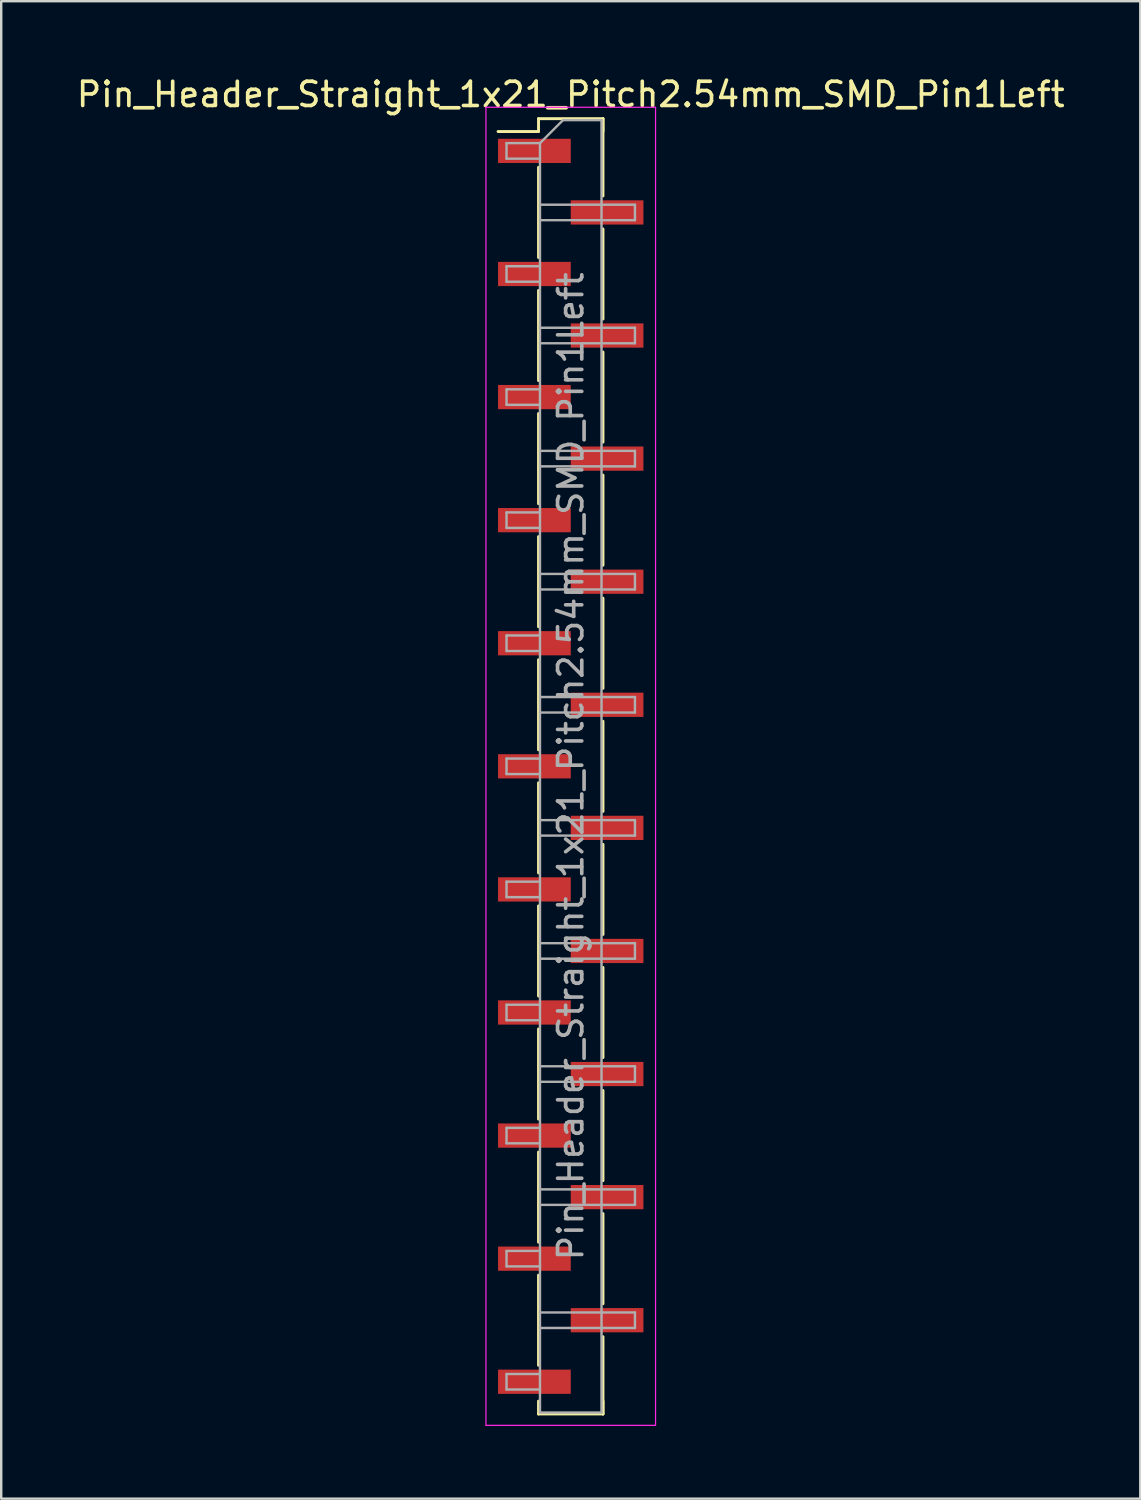
<source format=kicad_pcb>
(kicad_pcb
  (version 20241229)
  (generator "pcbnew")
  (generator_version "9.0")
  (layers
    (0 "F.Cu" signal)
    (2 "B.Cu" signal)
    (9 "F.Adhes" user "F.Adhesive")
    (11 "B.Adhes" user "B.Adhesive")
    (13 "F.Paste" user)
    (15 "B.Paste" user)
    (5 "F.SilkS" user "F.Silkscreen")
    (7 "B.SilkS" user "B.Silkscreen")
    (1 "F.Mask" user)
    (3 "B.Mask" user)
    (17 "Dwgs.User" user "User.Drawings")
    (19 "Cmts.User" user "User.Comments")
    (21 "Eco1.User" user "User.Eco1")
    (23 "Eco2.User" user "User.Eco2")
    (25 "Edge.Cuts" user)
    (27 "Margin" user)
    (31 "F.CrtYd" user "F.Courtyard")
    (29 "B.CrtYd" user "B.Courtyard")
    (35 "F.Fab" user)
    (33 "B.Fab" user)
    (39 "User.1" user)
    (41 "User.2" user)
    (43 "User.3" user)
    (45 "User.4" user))
  (footprint "Pin_Header_Straight_1x21_Pitch2.54mm_SMD_Pin1Left"
    (layer "F.Cu")
    (at 20.506 28.578)
    (property "Reference" "Pin_Header_Straight_1x21_Pitch2.54mm_SMD_Pin1Left" (at 0 -27.73 0) (layer "F.SilkS") (effects (font (size 1 1) (thickness 0.15))))
    (attr smd)
    (fp_line (start -1.33 -26.73) (end 1.33 -26.73) (stroke (width 0.12) (type solid)) (layer "F.SilkS"))
    (fp_line (start -1.33 -26.2) (end -3 -26.2) (stroke (width 0.12) (type solid)) (layer "F.SilkS"))
    (fp_line (start -1.33 -26.2) (end -1.33 -26.73) (stroke (width 0.12) (type solid)) (layer "F.SilkS"))
    (fp_line (start -1.33 -24.72) (end -1.33 -21) (stroke (width 0.12) (type solid)) (layer "F.SilkS"))
    (fp_line (start -1.33 -19.64) (end -1.33 -15.92) (stroke (width 0.12) (type solid)) (layer "F.SilkS"))
    (fp_line (start -1.33 -14.56) (end -1.33 -10.84) (stroke (width 0.12) (type solid)) (layer "F.SilkS"))
    (fp_line (start -1.33 -9.48) (end -1.33 -5.76) (stroke (width 0.12) (type solid)) (layer "F.SilkS"))
    (fp_line (start -1.33 -4.4) (end -1.33 -0.68) (stroke (width 0.12) (type solid)) (layer "F.SilkS"))
    (fp_line (start -1.33 0.68) (end -1.33 4.4) (stroke (width 0.12) (type solid)) (layer "F.SilkS"))
    (fp_line (start -1.33 5.76) (end -1.33 9.48) (stroke (width 0.12) (type solid)) (layer "F.SilkS"))
    (fp_line (start -1.33 10.84) (end -1.33 14.56) (stroke (width 0.12) (type solid)) (layer "F.SilkS"))
    (fp_line (start -1.33 15.92) (end -1.33 19.64) (stroke (width 0.12) (type solid)) (layer "F.SilkS"))
    (fp_line (start -1.33 21) (end -1.33 24.72) (stroke (width 0.12) (type solid)) (layer "F.SilkS"))
    (fp_line (start -1.33 26.2) (end -1.33 26.73) (stroke (width 0.12) (type solid)) (layer "F.SilkS"))
    (fp_line (start -1.33 26.73) (end 1.33 26.73) (stroke (width 0.12) (type solid)) (layer "F.SilkS"))
    (fp_line (start 1.33 -26.73) (end 1.33 -26.2) (stroke (width 0.12) (type solid)) (layer "F.SilkS"))
    (fp_line (start 1.33 -26.73) (end 1.33 -23.54) (stroke (width 0.12) (type solid)) (layer "F.SilkS"))
    (fp_line (start 1.33 -22.18) (end 1.33 -18.46) (stroke (width 0.12) (type solid)) (layer "F.SilkS"))
    (fp_line (start 1.33 -17.1) (end 1.33 -13.38) (stroke (width 0.12) (type solid)) (layer "F.SilkS"))
    (fp_line (start 1.33 -12.02) (end 1.33 -8.3) (stroke (width 0.12) (type solid)) (layer "F.SilkS"))
    (fp_line (start 1.33 -6.94) (end 1.33 -3.22) (stroke (width 0.12) (type solid)) (layer "F.SilkS"))
    (fp_line (start 1.33 -1.86) (end 1.33 1.86) (stroke (width 0.12) (type solid)) (layer "F.SilkS"))
    (fp_line (start 1.33 3.22) (end 1.33 6.94) (stroke (width 0.12) (type solid)) (layer "F.SilkS"))
    (fp_line (start 1.33 8.3) (end 1.33 12.02) (stroke (width 0.12) (type solid)) (layer "F.SilkS"))
    (fp_line (start 1.33 13.38) (end 1.33 17.1) (stroke (width 0.12) (type solid)) (layer "F.SilkS"))
    (fp_line (start 1.33 18.46) (end 1.33 22.18) (stroke (width 0.12) (type solid)) (layer "F.SilkS"))
    (fp_line (start 1.33 23.54) (end 1.33 26.73) (stroke (width 0.12) (type solid)) (layer "F.SilkS"))
    (fp_line (start 1.33 26.73) (end 1.33 26.2) (stroke (width 0.12) (type solid)) (layer "F.SilkS"))
    (fp_line (start -3.5 -27.2) (end -3.5 27.2) (stroke (width 0.05) (type solid)) (layer "F.CrtYd"))
    (fp_line (start -3.5 27.2) (end 3.5 27.2) (stroke (width 0.05) (type solid)) (layer "F.CrtYd"))
    (fp_line (start 3.5 -27.2) (end -3.5 -27.2) (stroke (width 0.05) (type solid)) (layer "F.CrtYd"))
    (fp_line (start 3.5 27.2) (end 3.5 -27.2) (stroke (width 0.05) (type solid)) (layer "F.CrtYd"))
    (fp_line (start -2.65 -25.72) (end -2.65 -25.08) (stroke (width 0.1) (type solid)) (layer "F.Fab"))
    (fp_line (start -2.65 -25.08) (end -1.27 -25.08) (stroke (width 0.1) (type solid)) (layer "F.Fab"))
    (fp_line (start -2.65 -20.64) (end -2.65 -20) (stroke (width 0.1) (type solid)) (layer "F.Fab"))
    (fp_line (start -2.65 -20) (end -1.27 -20) (stroke (width 0.1) (type solid)) (layer "F.Fab"))
    (fp_line (start -2.65 -15.56) (end -2.65 -14.92) (stroke (width 0.1) (type solid)) (layer "F.Fab"))
    (fp_line (start -2.65 -14.92) (end -1.27 -14.92) (stroke (width 0.1) (type solid)) (layer "F.Fab"))
    (fp_line (start -2.65 -10.48) (end -2.65 -9.84) (stroke (width 0.1) (type solid)) (layer "F.Fab"))
    (fp_line (start -2.65 -9.84) (end -1.27 -9.84) (stroke (width 0.1) (type solid)) (layer "F.Fab"))
    (fp_line (start -2.65 -5.4) (end -2.65 -4.76) (stroke (width 0.1) (type solid)) (layer "F.Fab"))
    (fp_line (start -2.65 -4.76) (end -1.27 -4.76) (stroke (width 0.1) (type solid)) (layer "F.Fab"))
    (fp_line (start -2.65 -0.32) (end -2.65 0.32) (stroke (width 0.1) (type solid)) (layer "F.Fab"))
    (fp_line (start -2.65 0.32) (end -1.27 0.32) (stroke (width 0.1) (type solid)) (layer "F.Fab"))
    (fp_line (start -2.65 4.76) (end -2.65 5.4) (stroke (width 0.1) (type solid)) (layer "F.Fab"))
    (fp_line (start -2.65 5.4) (end -1.27 5.4) (stroke (width 0.1) (type solid)) (layer "F.Fab"))
    (fp_line (start -2.65 9.84) (end -2.65 10.48) (stroke (width 0.1) (type solid)) (layer "F.Fab"))
    (fp_line (start -2.65 10.48) (end -1.27 10.48) (stroke (width 0.1) (type solid)) (layer "F.Fab"))
    (fp_line (start -2.65 14.92) (end -2.65 15.56) (stroke (width 0.1) (type solid)) (layer "F.Fab"))
    (fp_line (start -2.65 15.56) (end -1.27 15.56) (stroke (width 0.1) (type solid)) (layer "F.Fab"))
    (fp_line (start -2.65 20) (end -2.65 20.64) (stroke (width 0.1) (type solid)) (layer "F.Fab"))
    (fp_line (start -2.65 20.64) (end -1.27 20.64) (stroke (width 0.1) (type solid)) (layer "F.Fab"))
    (fp_line (start -2.65 25.08) (end -2.65 25.72) (stroke (width 0.1) (type solid)) (layer "F.Fab"))
    (fp_line (start -2.65 25.72) (end -1.27 25.72) (stroke (width 0.1) (type solid)) (layer "F.Fab"))
    (fp_line (start -1.27 -25.72) (end -2.65 -25.72) (stroke (width 0.1) (type solid)) (layer "F.Fab"))
    (fp_line (start -1.27 -25.72) (end -0.32 -26.67) (stroke (width 0.1) (type solid)) (layer "F.Fab"))
    (fp_line (start -1.27 -23.18) (end 2.65 -23.18) (stroke (width 0.1) (type solid)) (layer "F.Fab"))
    (fp_line (start -1.27 -20.64) (end -2.65 -20.64) (stroke (width 0.1) (type solid)) (layer "F.Fab"))
    (fp_line (start -1.27 -18.1) (end 2.65 -18.1) (stroke (width 0.1) (type solid)) (layer "F.Fab"))
    (fp_line (start -1.27 -15.56) (end -2.65 -15.56) (stroke (width 0.1) (type solid)) (layer "F.Fab"))
    (fp_line (start -1.27 -13.02) (end 2.65 -13.02) (stroke (width 0.1) (type solid)) (layer "F.Fab"))
    (fp_line (start -1.27 -10.48) (end -2.65 -10.48) (stroke (width 0.1) (type solid)) (layer "F.Fab"))
    (fp_line (start -1.27 -7.94) (end 2.65 -7.94) (stroke (width 0.1) (type solid)) (layer "F.Fab"))
    (fp_line (start -1.27 -5.4) (end -2.65 -5.4) (stroke (width 0.1) (type solid)) (layer "F.Fab"))
    (fp_line (start -1.27 -2.86) (end 2.65 -2.86) (stroke (width 0.1) (type solid)) (layer "F.Fab"))
    (fp_line (start -1.27 -0.32) (end -2.65 -0.32) (stroke (width 0.1) (type solid)) (layer "F.Fab"))
    (fp_line (start -1.27 2.22) (end 2.65 2.22) (stroke (width 0.1) (type solid)) (layer "F.Fab"))
    (fp_line (start -1.27 4.76) (end -2.65 4.76) (stroke (width 0.1) (type solid)) (layer "F.Fab"))
    (fp_line (start -1.27 7.3) (end 2.65 7.3) (stroke (width 0.1) (type solid)) (layer "F.Fab"))
    (fp_line (start -1.27 9.84) (end -2.65 9.84) (stroke (width 0.1) (type solid)) (layer "F.Fab"))
    (fp_line (start -1.27 12.38) (end 2.65 12.38) (stroke (width 0.1) (type solid)) (layer "F.Fab"))
    (fp_line (start -1.27 14.92) (end -2.65 14.92) (stroke (width 0.1) (type solid)) (layer "F.Fab"))
    (fp_line (start -1.27 17.46) (end 2.65 17.46) (stroke (width 0.1) (type solid)) (layer "F.Fab"))
    (fp_line (start -1.27 20) (end -2.65 20) (stroke (width 0.1) (type solid)) (layer "F.Fab"))
    (fp_line (start -1.27 22.54) (end 2.65 22.54) (stroke (width 0.1) (type solid)) (layer "F.Fab"))
    (fp_line (start -1.27 25.08) (end -2.65 25.08) (stroke (width 0.1) (type solid)) (layer "F.Fab"))
    (fp_line (start -1.27 26.67) (end -1.27 -25.72) (stroke (width 0.1) (type solid)) (layer "F.Fab"))
    (fp_line (start -0.32 -26.67) (end 1.27 -26.67) (stroke (width 0.1) (type solid)) (layer "F.Fab"))
    (fp_line (start 1.27 -26.67) (end 1.27 26.67) (stroke (width 0.1) (type solid)) (layer "F.Fab"))
    (fp_line (start 1.27 26.67) (end -1.27 26.67) (stroke (width 0.1) (type solid)) (layer "F.Fab"))
    (fp_line (start 2.65 -23.18) (end 2.65 -22.54) (stroke (width 0.1) (type solid)) (layer "F.Fab"))
    (fp_line (start 2.65 -22.54) (end -1.27 -22.54) (stroke (width 0.1) (type solid)) (layer "F.Fab"))
    (fp_line (start 2.65 -18.1) (end 2.65 -17.46) (stroke (width 0.1) (type solid)) (layer "F.Fab"))
    (fp_line (start 2.65 -17.46) (end -1.27 -17.46) (stroke (width 0.1) (type solid)) (layer "F.Fab"))
    (fp_line (start 2.65 -13.02) (end 2.65 -12.38) (stroke (width 0.1) (type solid)) (layer "F.Fab"))
    (fp_line (start 2.65 -12.38) (end -1.27 -12.38) (stroke (width 0.1) (type solid)) (layer "F.Fab"))
    (fp_line (start 2.65 -7.94) (end 2.65 -7.3) (stroke (width 0.1) (type solid)) (layer "F.Fab"))
    (fp_line (start 2.65 -7.3) (end -1.27 -7.3) (stroke (width 0.1) (type solid)) (layer "F.Fab"))
    (fp_line (start 2.65 -2.86) (end 2.65 -2.22) (stroke (width 0.1) (type solid)) (layer "F.Fab"))
    (fp_line (start 2.65 -2.22) (end -1.27 -2.22) (stroke (width 0.1) (type solid)) (layer "F.Fab"))
    (fp_line (start 2.65 2.22) (end 2.65 2.86) (stroke (width 0.1) (type solid)) (layer "F.Fab"))
    (fp_line (start 2.65 2.86) (end -1.27 2.86) (stroke (width 0.1) (type solid)) (layer "F.Fab"))
    (fp_line (start 2.65 7.3) (end 2.65 7.94) (stroke (width 0.1) (type solid)) (layer "F.Fab"))
    (fp_line (start 2.65 7.94) (end -1.27 7.94) (stroke (width 0.1) (type solid)) (layer "F.Fab"))
    (fp_line (start 2.65 12.38) (end 2.65 13.02) (stroke (width 0.1) (type solid)) (layer "F.Fab"))
    (fp_line (start 2.65 13.02) (end -1.27 13.02) (stroke (width 0.1) (type solid)) (layer "F.Fab"))
    (fp_line (start 2.65 17.46) (end 2.65 18.1) (stroke (width 0.1) (type solid)) (layer "F.Fab"))
    (fp_line (start 2.65 18.1) (end -1.27 18.1) (stroke (width 0.1) (type solid)) (layer "F.Fab"))
    (fp_line (start 2.65 22.54) (end 2.65 23.18) (stroke (width 0.1) (type solid)) (layer "F.Fab"))
    (fp_line (start 2.65 23.18) (end -1.27 23.18) (stroke (width 0.1) (type solid)) (layer "F.Fab"))
    (fp_text user "${REFERENCE}" (at 0 0 90) (layer "F.Fab") (effects (font (size 1 1) (thickness 0.15))))
    (pad "1" smd rect (at -1.5 -25.4) (size 3 1) (layers "F.Cu" "F.Mask" "F.Paste"))
    (pad "2" smd rect (at 1.5 -22.86) (size 3 1) (layers "F.Cu" "F.Mask" "F.Paste"))
    (pad "3" smd rect (at -1.5 -20.32) (size 3 1) (layers "F.Cu" "F.Mask" "F.Paste"))
    (pad "4" smd rect (at 1.5 -17.78) (size 3 1) (layers "F.Cu" "F.Mask" "F.Paste"))
    (pad "5" smd rect (at -1.5 -15.24) (size 3 1) (layers "F.Cu" "F.Mask" "F.Paste"))
    (pad "6" smd rect (at 1.5 -12.7) (size 3 1) (layers "F.Cu" "F.Mask" "F.Paste"))
    (pad "7" smd rect (at -1.5 -10.16) (size 3 1) (layers "F.Cu" "F.Mask" "F.Paste"))
    (pad "8" smd rect (at 1.5 -7.62) (size 3 1) (layers "F.Cu" "F.Mask" "F.Paste"))
    (pad "9" smd rect (at -1.5 -5.08) (size 3 1) (layers "F.Cu" "F.Mask" "F.Paste"))
    (pad "10" smd rect (at 1.5 -2.54) (size 3 1) (layers "F.Cu" "F.Mask" "F.Paste"))
    (pad "11" smd rect (at -1.5 0) (size 3 1) (layers "F.Cu" "F.Mask" "F.Paste"))
    (pad "12" smd rect (at 1.5 2.54) (size 3 1) (layers "F.Cu" "F.Mask" "F.Paste"))
    (pad "13" smd rect (at -1.5 5.08) (size 3 1) (layers "F.Cu" "F.Mask" "F.Paste"))
    (pad "14" smd rect (at 1.5 7.62) (size 3 1) (layers "F.Cu" "F.Mask" "F.Paste"))
    (pad "15" smd rect (at -1.5 10.16) (size 3 1) (layers "F.Cu" "F.Mask" "F.Paste"))
    (pad "16" smd rect (at 1.5 12.7) (size 3 1) (layers "F.Cu" "F.Mask" "F.Paste"))
    (pad "17" smd rect (at -1.5 15.24) (size 3 1) (layers "F.Cu" "F.Mask" "F.Paste"))
    (pad "18" smd rect (at 1.5 17.78) (size 3 1) (layers "F.Cu" "F.Mask" "F.Paste"))
    (pad "19" smd rect (at -1.5 20.32) (size 3 1) (layers "F.Cu" "F.Mask" "F.Paste"))
    (pad "20" smd rect (at 1.5 22.86) (size 3 1) (layers "F.Cu" "F.Mask" "F.Paste"))
    (pad "21" smd rect (at -1.5 25.4) (size 3 1) (layers "F.Cu" "F.Mask" "F.Paste")))
  (gr_rect
    (start -3 -3)
    (end 44.012 58.803)
    (stroke (width 0.1) (type default))
    (fill no)
    (layer "Edge.Cuts")))
</source>
